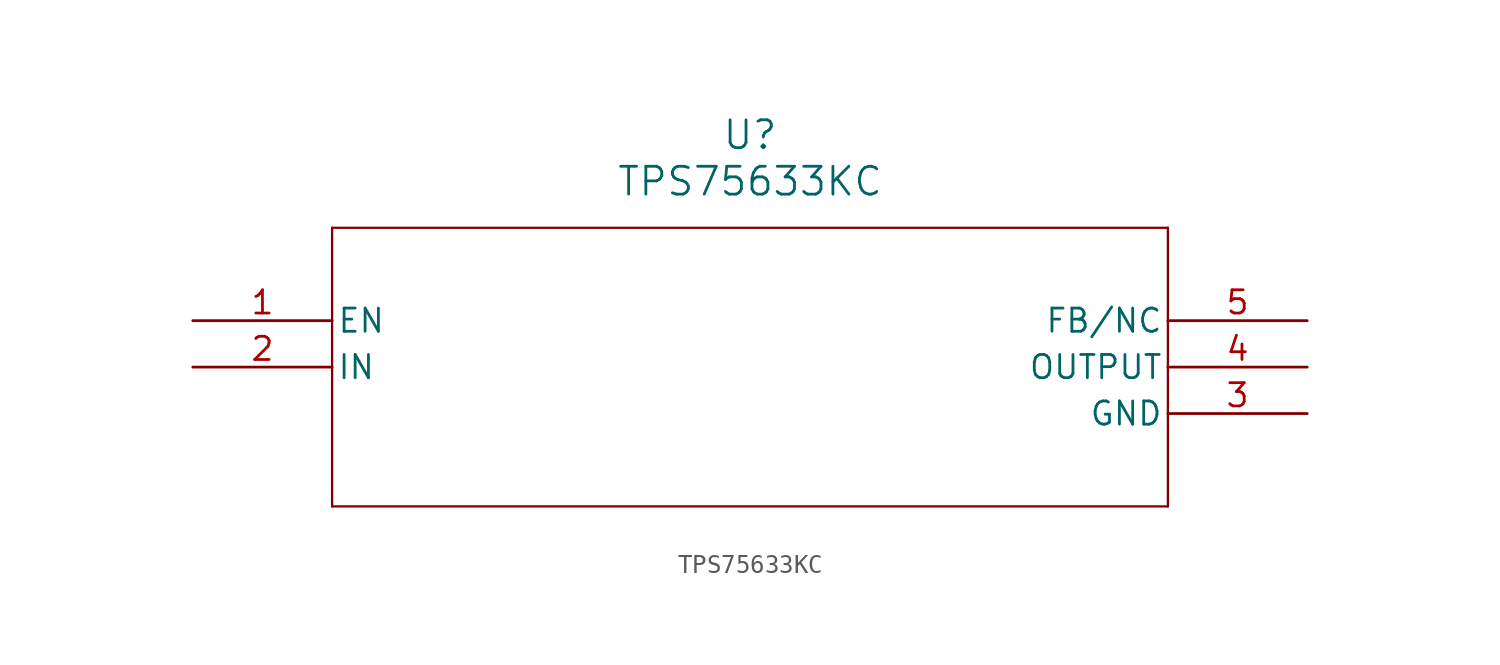
<source format=kicad_sym>
(kicad_symbol_lib
  (version 20211014)
  (generator kicad_symbol_editor)
  (symbol "TPS75633KC"
    (pin_names
      (offset 0.254))
    (property "Reference" "U"
      (at 30.48 10.16 0)
      (effects (font (size 1.524 1.524))))
    (property "Value" "TPS75633KC"
      (at 30.48 7.62 0)
      (effects (font (size 1.524 1.524))))
    (symbol "TPS75633KC_0_1"
      (polyline (pts (xy 7.62 5.08) (xy 7.62 -10.16)) (stroke (width 0.127) (type default) (color 0 0 0 0)) (fill (type none)))
      (polyline (pts (xy 7.62 -10.16) (xy 53.34 -10.16)) (stroke (width 0.127) (type default) (color 0 0 0 0)) (fill (type none)))
      (polyline (pts (xy 53.34 -10.16) (xy 53.34 5.08)) (stroke (width 0.127) (type default) (color 0 0 0 0)) (fill (type none)))
      (polyline (pts (xy 53.34 5.08) (xy 7.62 5.08)) (stroke (width 0.127) (type default) (color 0 0 0 0)) (fill (type none)))
      (pin unspecified line (at 0 0 0) (length 7.62) (name "EN" (effects (font (size 1.27 1.27)))) (number "1" (effects (font (size 1.27 1.27)))))
      (pin input line (at 0 -2.54 0) (length 7.62) (name "IN" (effects (font (size 1.27 1.27)))) (number "2" (effects (font (size 1.27 1.27)))))
      (pin power_in line (at 60.96 -5.08 180) (length 7.62) (name "GND" (effects (font (size 1.27 1.27)))) (number "3" (effects (font (size 1.27 1.27)))))
      (pin output line (at 60.96 -2.54 180) (length 7.62) (name "OUTPUT" (effects (font (size 1.27 1.27)))) (number "4" (effects (font (size 1.27 1.27)))))
      (pin bidirectional line (at 60.96 0 180) (length 7.62) (name "FB/NC" (effects (font (size 1.27 1.27)))) (number "5" (effects (font (size 1.27 1.27))))))))
</source>
